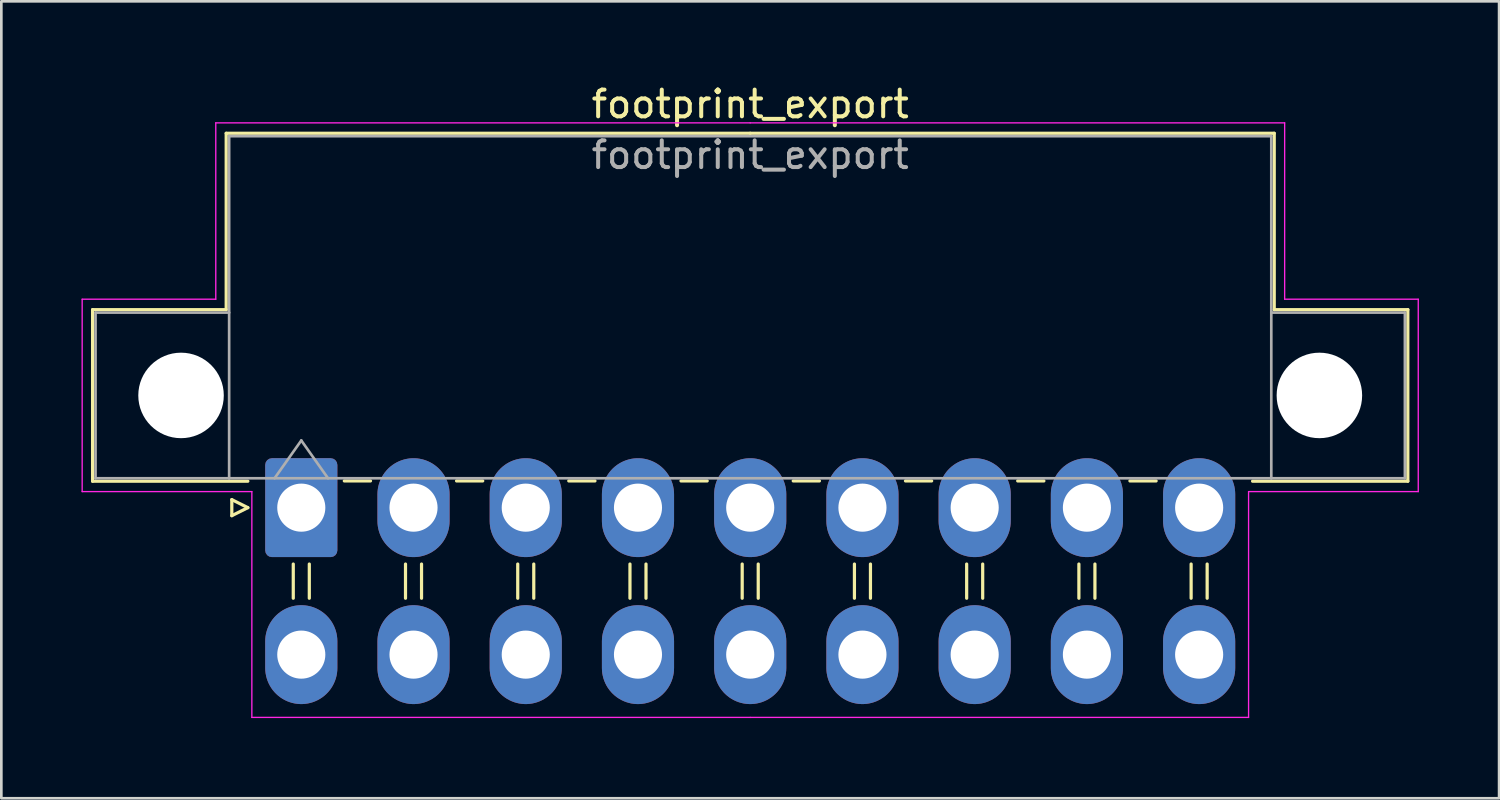
<source format=kicad_pcb>
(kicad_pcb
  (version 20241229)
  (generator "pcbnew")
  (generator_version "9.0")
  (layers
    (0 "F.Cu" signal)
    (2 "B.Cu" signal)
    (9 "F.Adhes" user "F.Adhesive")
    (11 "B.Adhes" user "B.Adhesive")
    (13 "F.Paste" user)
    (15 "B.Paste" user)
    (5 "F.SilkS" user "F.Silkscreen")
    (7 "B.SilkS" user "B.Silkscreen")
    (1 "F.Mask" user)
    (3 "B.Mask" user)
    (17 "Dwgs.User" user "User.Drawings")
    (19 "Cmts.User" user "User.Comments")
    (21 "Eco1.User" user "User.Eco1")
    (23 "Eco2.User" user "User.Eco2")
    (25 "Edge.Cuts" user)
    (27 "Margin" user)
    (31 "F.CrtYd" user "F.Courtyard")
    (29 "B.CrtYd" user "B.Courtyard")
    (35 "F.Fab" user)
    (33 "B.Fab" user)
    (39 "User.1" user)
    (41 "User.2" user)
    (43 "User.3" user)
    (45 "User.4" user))
  (footprint "footprint_export"
    (layer "F.Cu")
    (at 8.225 15.948)
    (property "Reference" "footprint_export" (at 16.8 -15.1 0) (layer "F.SilkS") (effects (font (size 1 1) (thickness 0.15))))
    (attr through_hole)
    (fp_line (start -7.81 -7.41) (end -7.81 -0.99) (stroke (width 0.12) (type solid)) (layer "F.SilkS"))
    (fp_line (start -7.81 -0.99) (end -2 -0.99) (stroke (width 0.12) (type solid)) (layer "F.SilkS"))
    (fp_line (start -2.81 -14.01) (end -2.81 -7.41) (stroke (width 0.12) (type solid)) (layer "F.SilkS"))
    (fp_line (start -2.81 -7.41) (end -7.81 -7.41) (stroke (width 0.12) (type solid)) (layer "F.SilkS"))
    (fp_line (start -2.6 -0.3) (end -2 0) (stroke (width 0.12) (type solid)) (layer "F.SilkS"))
    (fp_line (start -2.6 0.3) (end -2.6 -0.3) (stroke (width 0.12) (type solid)) (layer "F.SilkS"))
    (fp_line (start -2 0) (end -2.6 0.3) (stroke (width 0.12) (type solid)) (layer "F.SilkS"))
    (fp_line (start -0.3 2.11) (end -0.3 3.39) (stroke (width 0.12) (type solid)) (layer "F.SilkS"))
    (fp_line (start 0.3 2.11) (end 0.3 3.39) (stroke (width 0.12) (type solid)) (layer "F.SilkS"))
    (fp_line (start 1.61 -1) (end 2.59 -1) (stroke (width 0.12) (type solid)) (layer "F.SilkS"))
    (fp_line (start 3.9 2.11) (end 3.9 3.39) (stroke (width 0.12) (type solid)) (layer "F.SilkS"))
    (fp_line (start 4.5 2.11) (end 4.5 3.39) (stroke (width 0.12) (type solid)) (layer "F.SilkS"))
    (fp_line (start 5.81 -1) (end 6.79 -1) (stroke (width 0.12) (type solid)) (layer "F.SilkS"))
    (fp_line (start 8.1 2.11) (end 8.1 3.39) (stroke (width 0.12) (type solid)) (layer "F.SilkS"))
    (fp_line (start 8.7 2.11) (end 8.7 3.39) (stroke (width 0.12) (type solid)) (layer "F.SilkS"))
    (fp_line (start 10.01 -1) (end 10.99 -1) (stroke (width 0.12) (type solid)) (layer "F.SilkS"))
    (fp_line (start 12.3 2.11) (end 12.3 3.39) (stroke (width 0.12) (type solid)) (layer "F.SilkS"))
    (fp_line (start 12.9 2.11) (end 12.9 3.39) (stroke (width 0.12) (type solid)) (layer "F.SilkS"))
    (fp_line (start 14.21 -1) (end 15.19 -1) (stroke (width 0.12) (type solid)) (layer "F.SilkS"))
    (fp_line (start 16.5 2.11) (end 16.5 3.39) (stroke (width 0.12) (type solid)) (layer "F.SilkS"))
    (fp_line (start 16.8 -14.01) (end -2.81 -14.01) (stroke (width 0.12) (type solid)) (layer "F.SilkS"))
    (fp_line (start 16.8 -14.01) (end 36.41 -14.01) (stroke (width 0.12) (type solid)) (layer "F.SilkS"))
    (fp_line (start 17.1 2.11) (end 17.1 3.39) (stroke (width 0.12) (type solid)) (layer "F.SilkS"))
    (fp_line (start 18.41 -1) (end 19.39 -1) (stroke (width 0.12) (type solid)) (layer "F.SilkS"))
    (fp_line (start 20.7 2.11) (end 20.7 3.39) (stroke (width 0.12) (type solid)) (layer "F.SilkS"))
    (fp_line (start 21.3 2.11) (end 21.3 3.39) (stroke (width 0.12) (type solid)) (layer "F.SilkS"))
    (fp_line (start 22.61 -1) (end 23.59 -1) (stroke (width 0.12) (type solid)) (layer "F.SilkS"))
    (fp_line (start 24.9 2.11) (end 24.9 3.39) (stroke (width 0.12) (type solid)) (layer "F.SilkS"))
    (fp_line (start 25.5 2.11) (end 25.5 3.39) (stroke (width 0.12) (type solid)) (layer "F.SilkS"))
    (fp_line (start 26.81 -1) (end 27.79 -1) (stroke (width 0.12) (type solid)) (layer "F.SilkS"))
    (fp_line (start 29.1 2.11) (end 29.1 3.39) (stroke (width 0.12) (type solid)) (layer "F.SilkS"))
    (fp_line (start 29.7 2.11) (end 29.7 3.39) (stroke (width 0.12) (type solid)) (layer "F.SilkS"))
    (fp_line (start 31.01 -1) (end 31.99 -1) (stroke (width 0.12) (type solid)) (layer "F.SilkS"))
    (fp_line (start 33.3 2.11) (end 33.3 3.39) (stroke (width 0.12) (type solid)) (layer "F.SilkS"))
    (fp_line (start 33.9 2.11) (end 33.9 3.39) (stroke (width 0.12) (type solid)) (layer "F.SilkS"))
    (fp_line (start 36.41 -14.01) (end 36.41 -7.41) (stroke (width 0.12) (type solid)) (layer "F.SilkS"))
    (fp_line (start 36.41 -7.41) (end 41.41 -7.41) (stroke (width 0.12) (type solid)) (layer "F.SilkS"))
    (fp_line (start 41.41 -7.41) (end 41.41 -0.99) (stroke (width 0.12) (type solid)) (layer "F.SilkS"))
    (fp_line (start 41.41 -0.99) (end 35.6 -0.99) (stroke (width 0.12) (type solid)) (layer "F.SilkS"))
    (fp_line (start -8.2 -7.8) (end -8.2 -0.6) (stroke (width 0.05) (type solid)) (layer "F.CrtYd"))
    (fp_line (start -8.2 -0.6) (end -1.85 -0.6) (stroke (width 0.05) (type solid)) (layer "F.CrtYd"))
    (fp_line (start -3.2 -14.4) (end -3.2 -7.8) (stroke (width 0.05) (type solid)) (layer "F.CrtYd"))
    (fp_line (start -3.2 -7.8) (end -8.2 -7.8) (stroke (width 0.05) (type solid)) (layer "F.CrtYd"))
    (fp_line (start -1.85 -0.6) (end -1.85 7.85) (stroke (width 0.05) (type solid)) (layer "F.CrtYd"))
    (fp_line (start -1.85 7.85) (end 16.8 7.85) (stroke (width 0.05) (type solid)) (layer "F.CrtYd"))
    (fp_line (start 16.8 -14.4) (end -3.2 -14.4) (stroke (width 0.05) (type solid)) (layer "F.CrtYd"))
    (fp_line (start 16.8 -14.4) (end 36.8 -14.4) (stroke (width 0.05) (type solid)) (layer "F.CrtYd"))
    (fp_line (start 35.45 -0.6) (end 35.45 7.85) (stroke (width 0.05) (type solid)) (layer "F.CrtYd"))
    (fp_line (start 35.45 7.85) (end 16.8 7.85) (stroke (width 0.05) (type solid)) (layer "F.CrtYd"))
    (fp_line (start 36.8 -14.4) (end 36.8 -7.8) (stroke (width 0.05) (type solid)) (layer "F.CrtYd"))
    (fp_line (start 36.8 -7.8) (end 41.8 -7.8) (stroke (width 0.05) (type solid)) (layer "F.CrtYd"))
    (fp_line (start 41.8 -7.8) (end 41.8 -0.6) (stroke (width 0.05) (type solid)) (layer "F.CrtYd"))
    (fp_line (start 41.8 -0.6) (end 35.45 -0.6) (stroke (width 0.05) (type solid)) (layer "F.CrtYd"))
    (fp_line (start -7.7 -7.3) (end -7.7 -1.1) (stroke (width 0.1) (type solid)) (layer "F.Fab"))
    (fp_line (start -7.7 -1.1) (end -2.7 -1.1) (stroke (width 0.1) (type solid)) (layer "F.Fab"))
    (fp_line (start -2.7 -13.9) (end -2.7 -1.1) (stroke (width 0.1) (type solid)) (layer "F.Fab"))
    (fp_line (start -2.7 -7.3) (end -7.7 -7.3) (stroke (width 0.1) (type solid)) (layer "F.Fab"))
    (fp_line (start -2.7 -1.1) (end 36.3 -1.1) (stroke (width 0.1) (type solid)) (layer "F.Fab"))
    (fp_line (start -1 -1.1) (end 0 -2.514) (stroke (width 0.1) (type solid)) (layer "F.Fab"))
    (fp_line (start 0 -2.514) (end 1 -1.1) (stroke (width 0.1) (type solid)) (layer "F.Fab"))
    (fp_line (start 36.3 -13.9) (end -2.7 -13.9) (stroke (width 0.1) (type solid)) (layer "F.Fab"))
    (fp_line (start 36.3 -7.3) (end 41.3 -7.3) (stroke (width 0.1) (type solid)) (layer "F.Fab"))
    (fp_line (start 36.3 -1.1) (end 36.3 -13.9) (stroke (width 0.1) (type solid)) (layer "F.Fab"))
    (fp_line (start 41.3 -7.3) (end 41.3 -1.1) (stroke (width 0.1) (type solid)) (layer "F.Fab"))
    (fp_line (start 41.3 -1.1) (end 36.3 -1.1) (stroke (width 0.1) (type solid)) (layer "F.Fab"))
    (fp_text user "${REFERENCE}" (at 16.8 -13.2 0) (layer "F.Fab") (effects (font (size 1 1) (thickness 0.15))))
    (pad "" np_thru_hole circle (at -4.5 -4.2) (size 3.2 3.2) (drill 3.2) (layers "*.Cu" "*.Mask"))
    (pad "" np_thru_hole circle (at 38.1 -4.2) (size 3.2 3.2) (drill 3.2) (layers "*.Cu" "*.Mask"))
    (pad "1" thru_hole roundrect (at 0 0) (size 2.7 3.7) (drill 1.8) (layers "*.Cu" "*.Mask") (roundrect_rratio 0.093))
    (pad "2" thru_hole oval (at 4.2 0) (size 2.7 3.7) (drill 1.8) (layers "*.Cu" "*.Mask"))
    (pad "3" thru_hole oval (at 8.4 0) (size 2.7 3.7) (drill 1.8) (layers "*.Cu" "*.Mask"))
    (pad "4" thru_hole oval (at 12.6 0) (size 2.7 3.7) (drill 1.8) (layers "*.Cu" "*.Mask"))
    (pad "5" thru_hole oval (at 16.8 0) (size 2.7 3.7) (drill 1.8) (layers "*.Cu" "*.Mask"))
    (pad "6" thru_hole oval (at 21 0) (size 2.7 3.7) (drill 1.8) (layers "*.Cu" "*.Mask"))
    (pad "7" thru_hole oval (at 25.2 0) (size 2.7 3.7) (drill 1.8) (layers "*.Cu" "*.Mask"))
    (pad "8" thru_hole oval (at 29.4 0) (size 2.7 3.7) (drill 1.8) (layers "*.Cu" "*.Mask"))
    (pad "9" thru_hole oval (at 33.6 0) (size 2.7 3.7) (drill 1.8) (layers "*.Cu" "*.Mask"))
    (pad "10" thru_hole oval (at 0 5.5) (size 2.7 3.7) (drill 1.8) (layers "*.Cu" "*.Mask"))
    (pad "11" thru_hole oval (at 4.2 5.5) (size 2.7 3.7) (drill 1.8) (layers "*.Cu" "*.Mask"))
    (pad "12" thru_hole oval (at 8.4 5.5) (size 2.7 3.7) (drill 1.8) (layers "*.Cu" "*.Mask"))
    (pad "13" thru_hole oval (at 12.6 5.5) (size 2.7 3.7) (drill 1.8) (layers "*.Cu" "*.Mask"))
    (pad "14" thru_hole oval (at 16.8 5.5) (size 2.7 3.7) (drill 1.8) (layers "*.Cu" "*.Mask"))
    (pad "15" thru_hole oval (at 21 5.5) (size 2.7 3.7) (drill 1.8) (layers "*.Cu" "*.Mask"))
    (pad "16" thru_hole oval (at 25.2 5.5) (size 2.7 3.7) (drill 1.8) (layers "*.Cu" "*.Mask"))
    (pad "17" thru_hole oval (at 29.4 5.5) (size 2.7 3.7) (drill 1.8) (layers "*.Cu" "*.Mask"))
    (pad "18" thru_hole oval (at 33.6 5.5) (size 2.7 3.7) (drill 1.8) (layers "*.Cu" "*.Mask")))
  (gr_rect
    (start -3 -3)
    (end 53.05 26.823)
    (stroke (width 0.1) (type default))
    (fill no)
    (layer "Edge.Cuts")))
</source>
